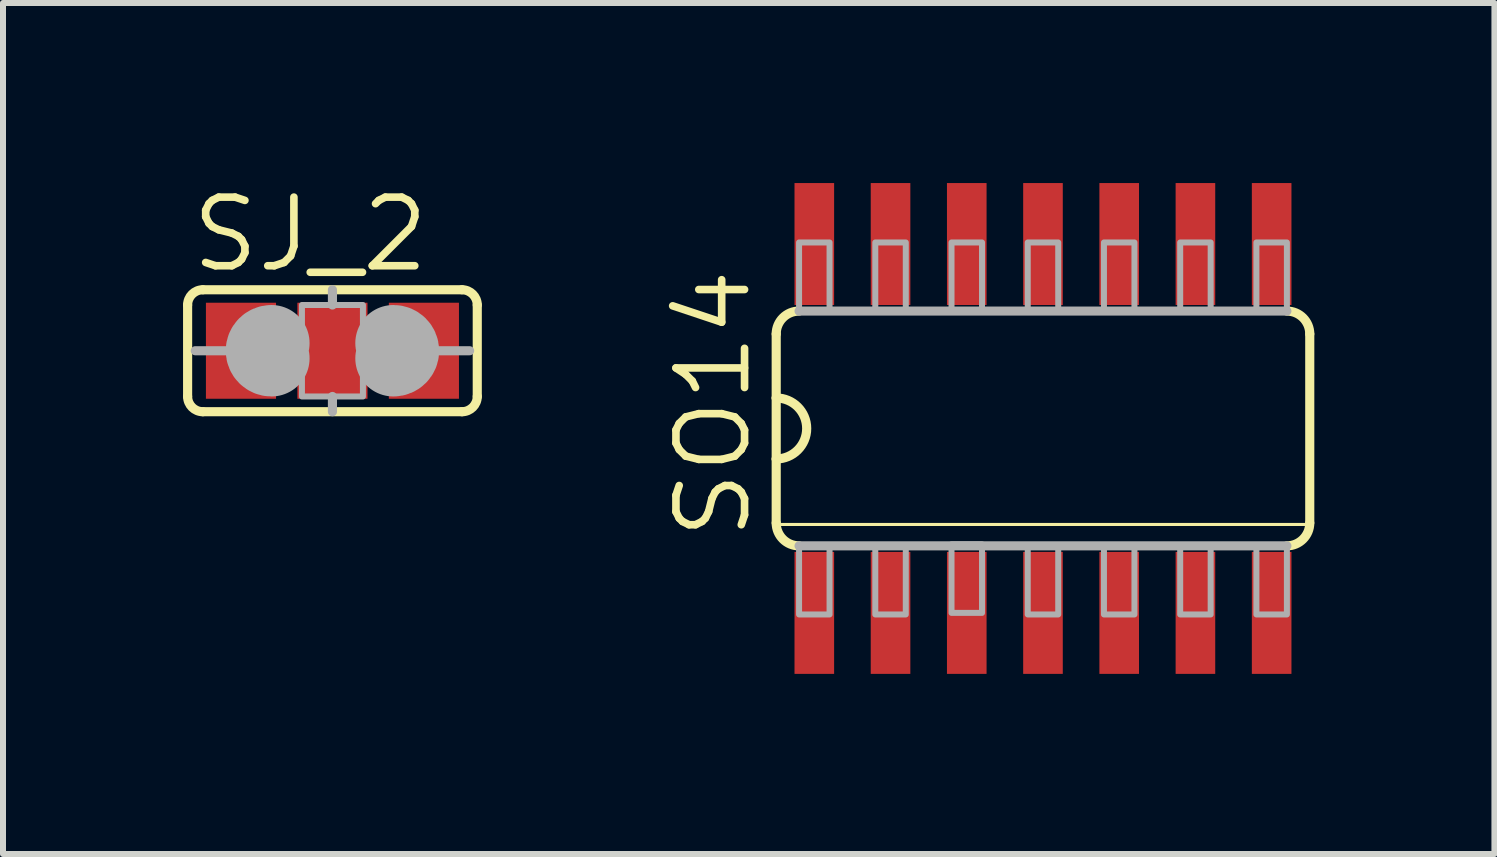
<source format=kicad_pcb>
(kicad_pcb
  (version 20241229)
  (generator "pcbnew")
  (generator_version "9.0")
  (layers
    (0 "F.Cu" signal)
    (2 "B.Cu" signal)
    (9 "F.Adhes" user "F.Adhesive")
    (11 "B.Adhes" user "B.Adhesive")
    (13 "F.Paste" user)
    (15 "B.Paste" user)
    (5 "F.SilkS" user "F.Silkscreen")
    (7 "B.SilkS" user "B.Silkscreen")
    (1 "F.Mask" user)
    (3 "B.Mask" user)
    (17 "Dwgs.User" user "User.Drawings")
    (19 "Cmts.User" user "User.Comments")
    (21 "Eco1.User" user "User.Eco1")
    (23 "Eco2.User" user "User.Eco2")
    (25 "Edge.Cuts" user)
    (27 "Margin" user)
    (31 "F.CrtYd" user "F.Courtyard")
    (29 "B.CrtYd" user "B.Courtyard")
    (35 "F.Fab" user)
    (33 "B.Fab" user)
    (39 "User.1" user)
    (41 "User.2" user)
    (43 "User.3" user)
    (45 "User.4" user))
  (footprint "SO14"
    (layer "F.Cu")
    (at 14.328 4.089)
    (property "Reference" "SO14" (at -4.826 1.905 90) (unlocked yes) (layer "F.SilkS") (effects (font (size 1.143 1.143) (thickness 0.127)) (justify left bottom)))
    (fp_line (start -4.445 -1.575) (end -4.445 -0.508) (stroke (width 0.152) (type solid)) (layer "F.SilkS"))
    (fp_line (start -4.445 -0.508) (end -4.445 0.508) (stroke (width 0.152) (type solid)) (layer "F.SilkS"))
    (fp_line (start -4.445 0.508) (end -4.445 1.575) (stroke (width 0.152) (type solid)) (layer "F.SilkS"))
    (fp_line (start -4.445 1.6) (end 4.445 1.6) (stroke (width 0.051) (type solid)) (layer "F.SilkS"))
    (fp_line (start 4.445 1.575) (end 4.445 -1.575) (stroke (width 0.152) (type solid)) (layer "F.SilkS"))
    (fp_arc (start -4.445 -1.5748) (mid -4.333408 -1.844208) (end -4.064 -1.9558) (stroke (width 0.1524) (type solid)) (layer "F.SilkS"))
    (fp_arc (start -4.445 -0.508) (mid -3.937 0) (end -4.445 0.508) (stroke (width 0.1524) (type solid)) (layer "F.SilkS"))
    (fp_arc (start -4.064 1.9558) (mid -4.333408 1.844208) (end -4.445 1.5748) (stroke (width 0.1524) (type solid)) (layer "F.SilkS"))
    (fp_arc (start 4.064 -1.9558) (mid 4.333408 -1.844208) (end 4.445 -1.5748) (stroke (width 0.1524) (type solid)) (layer "F.SilkS"))
    (fp_arc (start 4.445 1.5748) (mid 4.333408 1.844208) (end 4.064 1.9558) (stroke (width 0.1524) (type solid)) (layer "F.SilkS"))
    (fp_line (start -4.064 1.956) (end 4.064 1.956) (stroke (width 0.152) (type solid)) (layer "F.Fab"))
    (fp_line (start 4.064 -1.956) (end -4.064 -1.956) (stroke (width 0.152) (type solid)) (layer "F.Fab"))
    (fp_poly (pts (xy -4.064 -1.956) (xy -3.556 -1.956) (xy -3.556 -3.099) (xy -4.064 -3.099)) (stroke (width 0.1) (type default)) (fill no) (layer "F.Fab"))
    (fp_poly (pts (xy -4.064 3.099) (xy -3.556 3.099) (xy -3.556 1.956) (xy -4.064 1.956)) (stroke (width 0.1) (type default)) (fill no) (layer "F.Fab"))
    (fp_poly (pts (xy -2.794 -1.956) (xy -2.286 -1.956) (xy -2.286 -3.099) (xy -2.794 -3.099)) (stroke (width 0.1) (type default)) (fill no) (layer "F.Fab"))
    (fp_poly (pts (xy -2.794 3.099) (xy -2.286 3.099) (xy -2.286 1.956) (xy -2.794 1.956)) (stroke (width 0.1) (type default)) (fill no) (layer "F.Fab"))
    (fp_poly (pts (xy -1.524 -1.956) (xy -1.016 -1.956) (xy -1.016 -3.099) (xy -1.524 -3.099)) (stroke (width 0.1) (type default)) (fill no) (layer "F.Fab"))
    (fp_poly (pts (xy -1.524 3.073) (xy -1.016 3.073) (xy -1.016 1.93) (xy -1.524 1.93)) (stroke (width 0.1) (type default)) (fill no) (layer "F.Fab"))
    (fp_poly (pts (xy -0.254 -1.956) (xy 0.254 -1.956) (xy 0.254 -3.099) (xy -0.254 -3.099)) (stroke (width 0.1) (type default)) (fill no) (layer "F.Fab"))
    (fp_poly (pts (xy -0.254 3.099) (xy 0.254 3.099) (xy 0.254 1.956) (xy -0.254 1.956)) (stroke (width 0.1) (type default)) (fill no) (layer "F.Fab"))
    (fp_poly (pts (xy 1.016 -1.956) (xy 1.524 -1.956) (xy 1.524 -3.099) (xy 1.016 -3.099)) (stroke (width 0.1) (type default)) (fill no) (layer "F.Fab"))
    (fp_poly (pts (xy 1.016 3.099) (xy 1.524 3.099) (xy 1.524 1.956) (xy 1.016 1.956)) (stroke (width 0.1) (type default)) (fill no) (layer "F.Fab"))
    (fp_poly (pts (xy 2.286 -1.956) (xy 2.794 -1.956) (xy 2.794 -3.099) (xy 2.286 -3.099)) (stroke (width 0.1) (type default)) (fill no) (layer "F.Fab"))
    (fp_poly (pts (xy 2.286 3.099) (xy 2.794 3.099) (xy 2.794 1.956) (xy 2.286 1.956)) (stroke (width 0.1) (type default)) (fill no) (layer "F.Fab"))
    (fp_poly (pts (xy 3.556 -1.956) (xy 4.064 -1.956) (xy 4.064 -3.099) (xy 3.556 -3.099)) (stroke (width 0.1) (type default)) (fill no) (layer "F.Fab"))
    (fp_poly (pts (xy 3.556 3.099) (xy 4.064 3.099) (xy 4.064 1.956) (xy 3.556 1.956)) (stroke (width 0.1) (type default)) (fill no) (layer "F.Fab"))
    (pad "1" smd rect (at -3.81 3.073) (size 0.66 2.032) (layers "F.Cu" "F.Mask" "F.Paste"))
    (pad "2" smd rect (at -2.54 3.073) (size 0.66 2.032) (layers "F.Cu" "F.Mask" "F.Paste"))
    (pad "3" smd rect (at -1.27 3.073) (size 0.66 2.032) (layers "F.Cu" "F.Mask" "F.Paste"))
    (pad "4" smd rect (at 0 3.073) (size 0.66 2.032) (layers "F.Cu" "F.Mask" "F.Paste"))
    (pad "5" smd rect (at 1.27 3.073) (size 0.66 2.032) (layers "F.Cu" "F.Mask" "F.Paste"))
    (pad "6" smd rect (at 2.54 3.073) (size 0.66 2.032) (layers "F.Cu" "F.Mask" "F.Paste"))
    (pad "7" smd rect (at 3.81 3.073) (size 0.66 2.032) (layers "F.Cu" "F.Mask" "F.Paste"))
    (pad "8" smd rect (at 3.81 -3.073) (size 0.66 2.032) (layers "F.Cu" "F.Mask" "F.Paste"))
    (pad "9" smd rect (at 2.54 -3.073) (size 0.66 2.032) (layers "F.Cu" "F.Mask" "F.Paste"))
    (pad "10" smd rect (at 1.27 -3.073) (size 0.66 2.032) (layers "F.Cu" "F.Mask" "F.Paste"))
    (pad "11" smd rect (at 0 -3.073) (size 0.66 2.032) (layers "F.Cu" "F.Mask" "F.Paste"))
    (pad "12" smd rect (at -1.27 -3.073) (size 0.66 2.032) (layers "F.Cu" "F.Mask" "F.Paste"))
    (pad "13" smd rect (at -2.54 -3.073) (size 0.66 2.032) (layers "F.Cu" "F.Mask" "F.Paste"))
    (pad "14" smd rect (at -3.81 -3.073) (size 0.66 2.032) (layers "F.Cu" "F.Mask" "F.Paste")))
  (footprint "SJ_2"
    (layer "F.Cu")
    (at 2.489 2.794)
    (property "Reference" "SJ_2" (at -2.413 -1.27 0) (unlocked yes) (layer "F.SilkS") (effects (font (size 1.143 1.143) (thickness 0.127)) (justify left bottom)))
    (fp_line (start -2.413 0.762) (end -2.413 -0.762) (stroke (width 0.152) (type solid)) (layer "F.SilkS"))
    (fp_line (start -2.159 -1.016) (end 2.159 -1.016) (stroke (width 0.152) (type solid)) (layer "F.SilkS"))
    (fp_line (start 2.159 1.016) (end -2.159 1.016) (stroke (width 0.152) (type solid)) (layer "F.SilkS"))
    (fp_line (start 2.413 0.762) (end 2.413 -0.762) (stroke (width 0.152) (type solid)) (layer "F.SilkS"))
    (fp_arc (start -2.413 -0.762) (mid -2.338605 -0.941605) (end -2.159 -1.016) (stroke (width 0.1524) (type solid)) (layer "F.SilkS"))
    (fp_arc (start -2.159 1.016) (mid -2.338605 0.941605) (end -2.413 0.762) (stroke (width 0.1524) (type solid)) (layer "F.SilkS"))
    (fp_arc (start 2.159 -1.016) (mid 2.338605 -0.941605) (end 2.413 -0.762) (stroke (width 0.1524) (type solid)) (layer "F.SilkS"))
    (fp_arc (start 2.413 0.762) (mid 2.338605 0.941605) (end 2.159 1.016) (stroke (width 0.1524) (type solid)) (layer "F.SilkS"))
    (fp_line (start -1.778 0) (end -2.286 0) (stroke (width 0.152) (type solid)) (layer "F.Fab"))
    (fp_line (start 0 -0.762) (end 0 -1.016) (stroke (width 0.152) (type solid)) (layer "F.Fab"))
    (fp_line (start 0 1.016) (end 0 0.762) (stroke (width 0.152) (type solid)) (layer "F.Fab"))
    (fp_line (start 1.778 0) (end 2.286 0) (stroke (width 0.152) (type solid)) (layer "F.Fab"))
    (fp_arc (start -1.016 0.127) (mid -1.143 0) (end -1.016 -0.127) (stroke (width 1.27) (type solid)) (layer "F.Fab"))
    (fp_arc (start 1.016 -0.127) (mid 1.143 0) (end 1.016 0.127) (stroke (width 1.27) (type solid)) (layer "F.Fab"))
    (fp_poly (pts (xy -0.508 0.762) (xy 0.508 0.762) (xy 0.508 -0.762) (xy -0.508 -0.762)) (stroke (width 0.1) (type default)) (fill no) (layer "F.Fab"))
    (pad "1" smd rect (at -1.524 0) (size 1.168 1.6) (layers "F.Cu" "F.Mask" "F.Paste"))
    (pad "2" smd rect (at 0 0) (size 1.168 1.6) (layers "F.Cu" "F.Mask" "F.Paste"))
    (pad "3" smd rect (at 1.524 0) (size 1.168 1.6) (layers "F.Cu" "F.Mask" "F.Paste")))
  (gr_rect
    (start -3 -3)
    (end 21.85 11.179)
    (stroke (width 0.1) (type default))
    (fill no)
    (layer "Edge.Cuts")))
</source>
